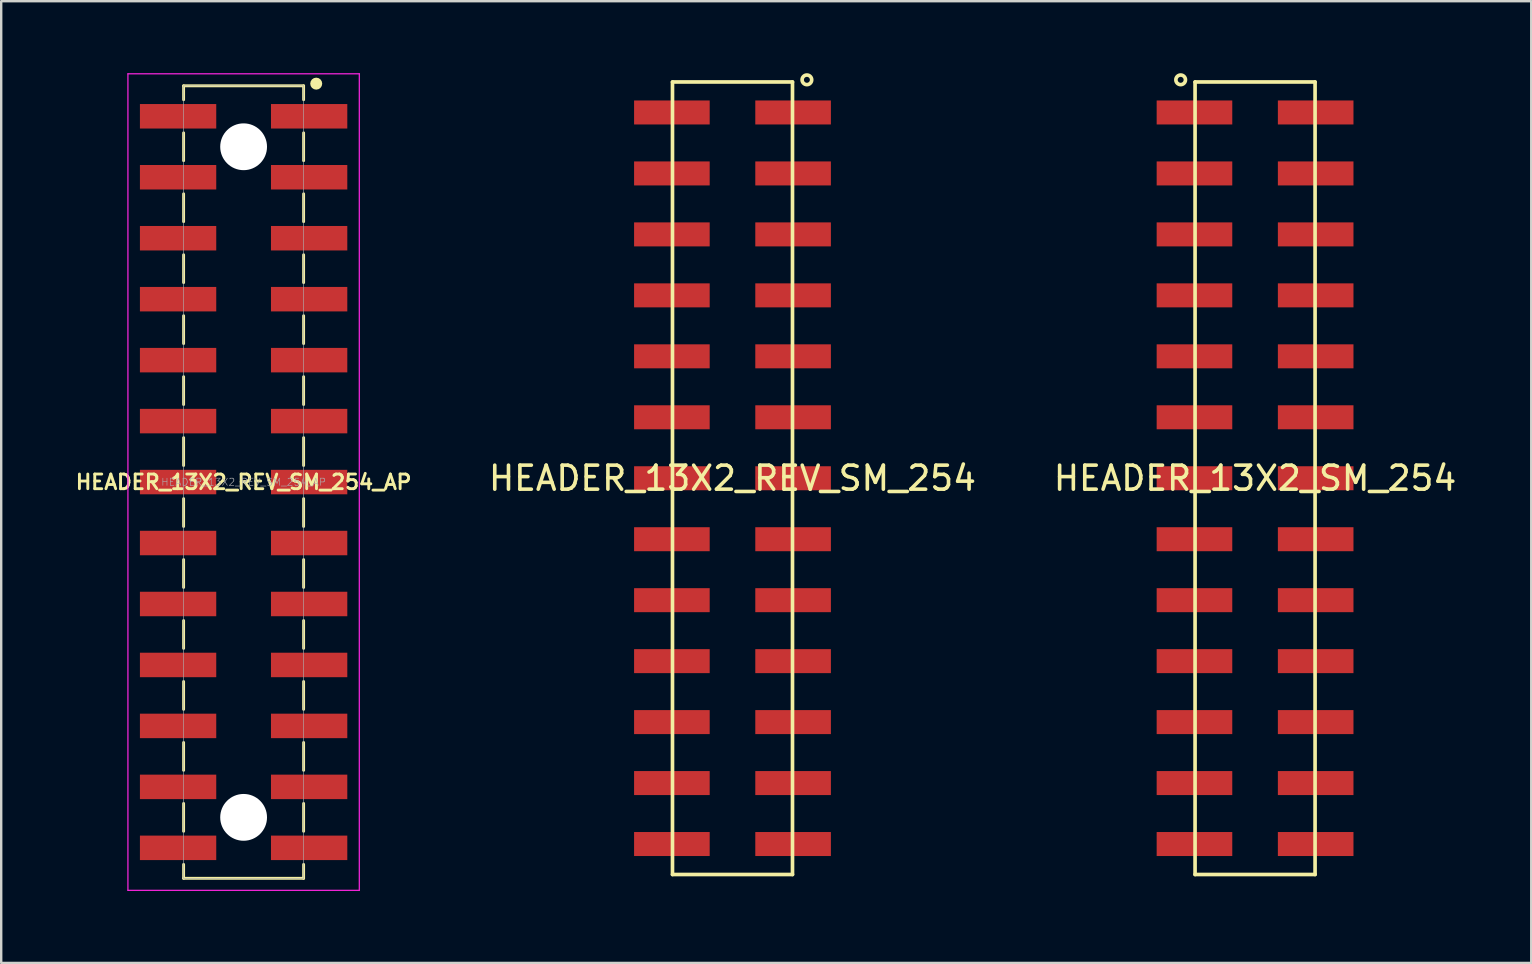
<source format=kicad_pcb>
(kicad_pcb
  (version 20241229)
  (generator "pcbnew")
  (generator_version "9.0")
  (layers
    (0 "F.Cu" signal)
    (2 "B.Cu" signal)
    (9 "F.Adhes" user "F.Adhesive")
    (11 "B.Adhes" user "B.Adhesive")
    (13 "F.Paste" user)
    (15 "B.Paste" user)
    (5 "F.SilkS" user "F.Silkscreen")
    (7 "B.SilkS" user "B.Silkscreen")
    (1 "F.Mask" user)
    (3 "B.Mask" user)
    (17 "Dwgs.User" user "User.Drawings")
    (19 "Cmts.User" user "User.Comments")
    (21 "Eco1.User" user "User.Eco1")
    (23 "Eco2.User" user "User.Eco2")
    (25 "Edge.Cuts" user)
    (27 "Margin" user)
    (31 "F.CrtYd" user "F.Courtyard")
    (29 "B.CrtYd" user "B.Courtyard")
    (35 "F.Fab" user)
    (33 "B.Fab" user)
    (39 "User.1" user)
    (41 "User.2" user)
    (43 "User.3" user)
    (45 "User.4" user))
  (footprint "HEADER_13X2_SM_254"
    (layer "F.Cu")
    (at 49.242 16.876)
    (property "Reference" "HEADER_13X2_SM_254" (at 0 0 0) (layer "F.SilkS") (effects (font (size 1 1) (thickness 0.15))))
    (attr through_hole)
    (fp_line (start -2.5 -16.51) (end 2.5 -16.51) (stroke (width 0.152) (type solid)) (layer "F.SilkS"))
    (fp_line (start -2.5 16.51) (end -2.5 -16.51) (stroke (width 0.152) (type solid)) (layer "F.SilkS"))
    (fp_line (start 2.5 -16.51) (end 2.5 16.51) (stroke (width 0.152) (type solid)) (layer "F.SilkS"))
    (fp_line (start 2.5 16.51) (end -2.5 16.51) (stroke (width 0.152) (type solid)) (layer "F.SilkS"))
    (fp_circle (center -3.1 -16.6) (end -2.9 -16.6) (stroke (width 0.152) (type solid)) (fill no) (layer "F.SilkS"))
    (pad "1" smd rect (at -2.525 -15.24) (size 3.15 1) (layers "F.Cu" "F.Mask" "F.Paste"))
    (pad "2" smd rect (at 2.525 -15.24) (size 3.15 1) (layers "F.Cu" "F.Mask" "F.Paste"))
    (pad "3" smd rect (at -2.525 -12.7) (size 3.15 1) (layers "F.Cu" "F.Mask" "F.Paste"))
    (pad "4" smd rect (at 2.525 -12.7) (size 3.15 1) (layers "F.Cu" "F.Mask" "F.Paste"))
    (pad "5" smd rect (at -2.525 -10.16) (size 3.15 1) (layers "F.Cu" "F.Mask" "F.Paste"))
    (pad "6" smd rect (at 2.525 -10.16) (size 3.15 1) (layers "F.Cu" "F.Mask" "F.Paste"))
    (pad "7" smd rect (at -2.525 -7.62) (size 3.15 1) (layers "F.Cu" "F.Mask" "F.Paste"))
    (pad "8" smd rect (at 2.525 -7.62) (size 3.15 1) (layers "F.Cu" "F.Mask" "F.Paste"))
    (pad "9" smd rect (at -2.525 -5.08) (size 3.15 1) (layers "F.Cu" "F.Mask" "F.Paste"))
    (pad "10" smd rect (at 2.525 -5.08) (size 3.15 1) (layers "F.Cu" "F.Mask" "F.Paste"))
    (pad "11" smd rect (at -2.525 -2.54) (size 3.15 1) (layers "F.Cu" "F.Mask" "F.Paste"))
    (pad "12" smd rect (at 2.525 -2.54) (size 3.15 1) (layers "F.Cu" "F.Mask" "F.Paste"))
    (pad "13" smd rect (at -2.525 0) (size 3.15 1) (layers "F.Cu" "F.Mask" "F.Paste"))
    (pad "14" smd rect (at 2.525 0) (size 3.15 1) (layers "F.Cu" "F.Mask" "F.Paste"))
    (pad "15" smd rect (at -2.525 2.54) (size 3.15 1) (layers "F.Cu" "F.Mask" "F.Paste"))
    (pad "16" smd rect (at 2.525 2.54) (size 3.15 1) (layers "F.Cu" "F.Mask" "F.Paste"))
    (pad "17" smd rect (at -2.525 5.08) (size 3.15 1) (layers "F.Cu" "F.Mask" "F.Paste"))
    (pad "18" smd rect (at 2.525 5.08) (size 3.15 1) (layers "F.Cu" "F.Mask" "F.Paste"))
    (pad "19" smd rect (at -2.525 7.62) (size 3.15 1) (layers "F.Cu" "F.Mask" "F.Paste"))
    (pad "20" smd rect (at 2.525 7.62) (size 3.15 1) (layers "F.Cu" "F.Mask" "F.Paste"))
    (pad "21" smd rect (at -2.525 10.16) (size 3.15 1) (layers "F.Cu" "F.Mask" "F.Paste"))
    (pad "22" smd rect (at 2.525 10.16) (size 3.15 1) (layers "F.Cu" "F.Mask" "F.Paste"))
    (pad "23" smd rect (at -2.525 12.7) (size 3.15 1) (layers "F.Cu" "F.Mask" "F.Paste"))
    (pad "24" smd rect (at 2.525 12.7) (size 3.15 1) (layers "F.Cu" "F.Mask" "F.Paste"))
    (pad "25" smd rect (at -2.525 15.24) (size 3.15 1) (layers "F.Cu" "F.Mask" "F.Paste"))
    (pad "26" smd rect (at 2.525 15.24) (size 3.15 1) (layers "F.Cu" "F.Mask" "F.Paste")))
  (footprint "HEADER_13X2_REV_SM_254"
    (layer "F.Cu")
    (at 27.469 16.876)
    (property "Reference" "HEADER_13X2_REV_SM_254" (at 0 0 0) (layer "F.SilkS") (effects (font (size 1 1) (thickness 0.15))))
    (attr through_hole)
    (fp_line (start -2.5 -16.51) (end 2.5 -16.51) (stroke (width 0.152) (type solid)) (layer "F.SilkS"))
    (fp_line (start -2.5 16.51) (end -2.5 -16.51) (stroke (width 0.152) (type solid)) (layer "F.SilkS"))
    (fp_line (start 2.5 -16.51) (end 2.5 16.51) (stroke (width 0.152) (type solid)) (layer "F.SilkS"))
    (fp_line (start 2.5 16.51) (end -2.5 16.51) (stroke (width 0.152) (type solid)) (layer "F.SilkS"))
    (fp_circle (center 3.1 -16.6) (end 2.9 -16.6) (stroke (width 0.152) (type solid)) (fill no) (layer "F.SilkS"))
    (pad "1" smd rect (at 2.525 -15.24) (size 3.15 1) (layers "F.Cu" "F.Mask" "F.Paste"))
    (pad "2" smd rect (at -2.525 -15.24) (size 3.15 1) (layers "F.Cu" "F.Mask" "F.Paste"))
    (pad "3" smd rect (at 2.525 -12.7) (size 3.15 1) (layers "F.Cu" "F.Mask" "F.Paste"))
    (pad "4" smd rect (at -2.525 -12.7) (size 3.15 1) (layers "F.Cu" "F.Mask" "F.Paste"))
    (pad "5" smd rect (at 2.525 -10.16) (size 3.15 1) (layers "F.Cu" "F.Mask" "F.Paste"))
    (pad "6" smd rect (at -2.525 -10.16) (size 3.15 1) (layers "F.Cu" "F.Mask" "F.Paste"))
    (pad "7" smd rect (at 2.525 -7.62) (size 3.15 1) (layers "F.Cu" "F.Mask" "F.Paste"))
    (pad "8" smd rect (at -2.525 -7.62) (size 3.15 1) (layers "F.Cu" "F.Mask" "F.Paste"))
    (pad "9" smd rect (at 2.525 -5.08) (size 3.15 1) (layers "F.Cu" "F.Mask" "F.Paste"))
    (pad "10" smd rect (at -2.525 -5.08) (size 3.15 1) (layers "F.Cu" "F.Mask" "F.Paste"))
    (pad "11" smd rect (at 2.525 -2.54) (size 3.15 1) (layers "F.Cu" "F.Mask" "F.Paste"))
    (pad "12" smd rect (at -2.525 -2.54) (size 3.15 1) (layers "F.Cu" "F.Mask" "F.Paste"))
    (pad "13" smd rect (at 2.525 0) (size 3.15 1) (layers "F.Cu" "F.Mask" "F.Paste"))
    (pad "14" smd rect (at -2.525 0) (size 3.15 1) (layers "F.Cu" "F.Mask" "F.Paste"))
    (pad "15" smd rect (at 2.525 2.54) (size 3.15 1) (layers "F.Cu" "F.Mask" "F.Paste"))
    (pad "16" smd rect (at -2.525 2.54) (size 3.15 1) (layers "F.Cu" "F.Mask" "F.Paste"))
    (pad "17" smd rect (at 2.525 5.08) (size 3.15 1) (layers "F.Cu" "F.Mask" "F.Paste"))
    (pad "18" smd rect (at -2.525 5.08) (size 3.15 1) (layers "F.Cu" "F.Mask" "F.Paste"))
    (pad "19" smd rect (at 2.525 7.62) (size 3.15 1) (layers "F.Cu" "F.Mask" "F.Paste"))
    (pad "20" smd rect (at -2.525 7.62) (size 3.15 1) (layers "F.Cu" "F.Mask" "F.Paste"))
    (pad "21" smd rect (at 2.525 10.16) (size 3.15 1) (layers "F.Cu" "F.Mask" "F.Paste"))
    (pad "22" smd rect (at -2.525 10.16) (size 3.15 1) (layers "F.Cu" "F.Mask" "F.Paste"))
    (pad "23" smd rect (at 2.525 12.7) (size 3.15 1) (layers "F.Cu" "F.Mask" "F.Paste"))
    (pad "24" smd rect (at -2.525 12.7) (size 3.15 1) (layers "F.Cu" "F.Mask" "F.Paste"))
    (pad "25" smd rect (at 2.525 15.24) (size 3.15 1) (layers "F.Cu" "F.Mask" "F.Paste"))
    (pad "26" smd rect (at -2.525 15.24) (size 3.15 1) (layers "F.Cu" "F.Mask" "F.Paste")))
  (footprint "HEADER_13X2_REV_SM_254_AP"
    (layer "F.Cu")
    (at 7.1 17.035)
    (property "Reference" "HEADER_13X2_REV_SM_254_AP" (at 0 0 0) (layer "F.SilkS") (effects (font (size 0.61 0.61) (thickness 0.12))))
    (attr through_hole)
    (fp_line (start -2.5 -16.51) (end 2.5 -16.51) (stroke (width 0.12) (type solid)) (layer "F.SilkS"))
    (fp_line (start -2.5 -15.93) (end -2.5 -16.51) (stroke (width 0.12) (type solid)) (layer "F.SilkS"))
    (fp_line (start -2.5 -14.55) (end -2.5 -13.39) (stroke (width 0.12) (type solid)) (layer "F.SilkS"))
    (fp_line (start -2.5 -12.01) (end -2.5 -10.85) (stroke (width 0.12) (type solid)) (layer "F.SilkS"))
    (fp_line (start -2.5 -9.47) (end -2.5 -8.31) (stroke (width 0.12) (type solid)) (layer "F.SilkS"))
    (fp_line (start -2.5 -6.93) (end -2.5 -5.77) (stroke (width 0.12) (type solid)) (layer "F.SilkS"))
    (fp_line (start -2.5 -4.39) (end -2.5 -3.23) (stroke (width 0.12) (type solid)) (layer "F.SilkS"))
    (fp_line (start -2.5 -1.85) (end -2.5 -0.69) (stroke (width 0.12) (type solid)) (layer "F.SilkS"))
    (fp_line (start -2.5 0.69) (end -2.5 1.85) (stroke (width 0.12) (type solid)) (layer "F.SilkS"))
    (fp_line (start -2.5 3.23) (end -2.5 4.39) (stroke (width 0.12) (type solid)) (layer "F.SilkS"))
    (fp_line (start -2.5 5.77) (end -2.5 6.93) (stroke (width 0.12) (type solid)) (layer "F.SilkS"))
    (fp_line (start -2.5 8.31) (end -2.5 9.47) (stroke (width 0.12) (type solid)) (layer "F.SilkS"))
    (fp_line (start -2.5 10.85) (end -2.5 12.01) (stroke (width 0.12) (type solid)) (layer "F.SilkS"))
    (fp_line (start -2.5 13.39) (end -2.5 14.55) (stroke (width 0.12) (type solid)) (layer "F.SilkS"))
    (fp_line (start -2.5 15.93) (end -2.5 16.51) (stroke (width 0.12) (type solid)) (layer "F.SilkS"))
    (fp_line (start 2.5 -16.51) (end 2.5 -15.93) (stroke (width 0.12) (type solid)) (layer "F.SilkS"))
    (fp_line (start 2.5 -14.55) (end 2.5 -13.39) (stroke (width 0.12) (type solid)) (layer "F.SilkS"))
    (fp_line (start 2.5 -12.01) (end 2.5 -10.85) (stroke (width 0.12) (type solid)) (layer "F.SilkS"))
    (fp_line (start 2.5 -9.47) (end 2.5 -8.31) (stroke (width 0.12) (type solid)) (layer "F.SilkS"))
    (fp_line (start 2.5 -6.93) (end 2.5 -5.77) (stroke (width 0.12) (type solid)) (layer "F.SilkS"))
    (fp_line (start 2.5 -4.39) (end 2.5 -3.23) (stroke (width 0.12) (type solid)) (layer "F.SilkS"))
    (fp_line (start 2.5 -1.85) (end 2.5 -0.69) (stroke (width 0.12) (type solid)) (layer "F.SilkS"))
    (fp_line (start 2.5 0.69) (end 2.5 1.85) (stroke (width 0.12) (type solid)) (layer "F.SilkS"))
    (fp_line (start 2.5 3.23) (end 2.5 4.39) (stroke (width 0.12) (type solid)) (layer "F.SilkS"))
    (fp_line (start 2.5 5.77) (end 2.5 6.93) (stroke (width 0.12) (type solid)) (layer "F.SilkS"))
    (fp_line (start 2.5 8.31) (end 2.5 9.47) (stroke (width 0.12) (type solid)) (layer "F.SilkS"))
    (fp_line (start 2.5 10.85) (end 2.5 12.01) (stroke (width 0.12) (type solid)) (layer "F.SilkS"))
    (fp_line (start 2.5 13.39) (end 2.5 14.55) (stroke (width 0.12) (type solid)) (layer "F.SilkS"))
    (fp_line (start 2.5 16.51) (end -2.5 16.51) (stroke (width 0.12) (type solid)) (layer "F.SilkS"))
    (fp_line (start 2.5 16.51) (end 2.5 15.93) (stroke (width 0.12) (type solid)) (layer "F.SilkS"))
    (fp_circle (center 3.025 -16.6) (end 2.9 -16.6) (stroke (width 0.25) (type solid)) (fill no) (layer "F.SilkS"))
    (fp_line (start -4.82 -17.01) (end 4.82 -17.01) (stroke (width 0.05) (type solid)) (layer "F.CrtYd"))
    (fp_line (start -4.82 17.01) (end -4.82 -17.01) (stroke (width 0.05) (type solid)) (layer "F.CrtYd"))
    (fp_line (start 4.82 -17.01) (end 4.82 17.01) (stroke (width 0.05) (type solid)) (layer "F.CrtYd"))
    (fp_line (start 4.82 17.01) (end -4.82 17.01) (stroke (width 0.05) (type solid)) (layer "F.CrtYd"))
    (fp_line (start -2.5 -16.51) (end 2.5 -16.51) (stroke (width 0.025) (type solid)) (layer "F.Fab"))
    (fp_line (start -2.5 16.51) (end -2.5 -16.51) (stroke (width 0.025) (type solid)) (layer "F.Fab"))
    (fp_line (start 2.5 -16.51) (end 2.5 16.51) (stroke (width 0.025) (type solid)) (layer "F.Fab"))
    (fp_line (start 2.5 16.51) (end -2.5 16.51) (stroke (width 0.025) (type solid)) (layer "F.Fab"))
    (fp_text user "${REFERENCE}" (at 0 0 0) (layer "F.Fab") (effects (font (size 0.3 0.3) (thickness 0.025))))
    (pad "" np_thru_hole circle (at 0 -13.97) (size 1.95 1.95) (drill 1.95) (layers "*.Cu" "*.Mask"))
    (pad "" np_thru_hole circle (at 0 13.97) (size 1.95 1.95) (drill 1.95) (layers "*.Cu" "*.Mask"))
    (pad "1" smd rect (at 2.73 -15.24) (size 3.18 1.02) (layers "F.Cu" "F.Mask" "F.Paste"))
    (pad "2" smd rect (at -2.73 -15.24) (size 3.18 1.02) (layers "F.Cu" "F.Mask" "F.Paste"))
    (pad "3" smd rect (at 2.73 -12.7) (size 3.18 1.02) (layers "F.Cu" "F.Mask" "F.Paste"))
    (pad "4" smd rect (at -2.73 -12.7) (size 3.18 1.02) (layers "F.Cu" "F.Mask" "F.Paste"))
    (pad "5" smd rect (at 2.73 -10.16) (size 3.18 1.02) (layers "F.Cu" "F.Mask" "F.Paste"))
    (pad "6" smd rect (at -2.73 -10.16) (size 3.18 1.02) (layers "F.Cu" "F.Mask" "F.Paste"))
    (pad "7" smd rect (at 2.73 -7.62) (size 3.18 1.02) (layers "F.Cu" "F.Mask" "F.Paste"))
    (pad "8" smd rect (at -2.73 -7.62) (size 3.18 1.02) (layers "F.Cu" "F.Mask" "F.Paste"))
    (pad "9" smd rect (at 2.73 -5.08) (size 3.18 1.02) (layers "F.Cu" "F.Mask" "F.Paste"))
    (pad "10" smd rect (at -2.73 -5.08) (size 3.18 1.02) (layers "F.Cu" "F.Mask" "F.Paste"))
    (pad "11" smd rect (at 2.73 -2.54) (size 3.18 1.02) (layers "F.Cu" "F.Mask" "F.Paste"))
    (pad "12" smd rect (at -2.73 -2.54) (size 3.18 1.02) (layers "F.Cu" "F.Mask" "F.Paste"))
    (pad "13" smd rect (at 2.73 0) (size 3.18 1.02) (layers "F.Cu" "F.Mask" "F.Paste"))
    (pad "14" smd rect (at -2.73 0) (size 3.18 1.02) (layers "F.Cu" "F.Mask" "F.Paste"))
    (pad "15" smd rect (at 2.73 2.54) (size 3.18 1.02) (layers "F.Cu" "F.Mask" "F.Paste"))
    (pad "16" smd rect (at -2.73 2.54) (size 3.18 1.02) (layers "F.Cu" "F.Mask" "F.Paste"))
    (pad "17" smd rect (at 2.73 5.08) (size 3.18 1.02) (layers "F.Cu" "F.Mask" "F.Paste"))
    (pad "18" smd rect (at -2.73 5.08) (size 3.18 1.02) (layers "F.Cu" "F.Mask" "F.Paste"))
    (pad "19" smd rect (at 2.73 7.62) (size 3.18 1.02) (layers "F.Cu" "F.Mask" "F.Paste"))
    (pad "20" smd rect (at -2.73 7.62) (size 3.18 1.02) (layers "F.Cu" "F.Mask" "F.Paste"))
    (pad "21" smd rect (at 2.73 10.16) (size 3.18 1.02) (layers "F.Cu" "F.Mask" "F.Paste"))
    (pad "22" smd rect (at -2.73 10.16) (size 3.18 1.02) (layers "F.Cu" "F.Mask" "F.Paste"))
    (pad "23" smd rect (at 2.73 12.7) (size 3.18 1.02) (layers "F.Cu" "F.Mask" "F.Paste"))
    (pad "24" smd rect (at -2.73 12.7) (size 3.18 1.02) (layers "F.Cu" "F.Mask" "F.Paste"))
    (pad "25" smd rect (at 2.73 15.24) (size 3.18 1.02) (layers "F.Cu" "F.Mask" "F.Paste"))
    (pad "26" smd rect (at -2.73 15.24) (size 3.18 1.02) (layers "F.Cu" "F.Mask" "F.Paste")))
  (gr_rect
    (start -3 -3)
    (end 60.748 37.07)
    (stroke (width 0.1) (type default))
    (fill no)
    (layer "Edge.Cuts")))
</source>
